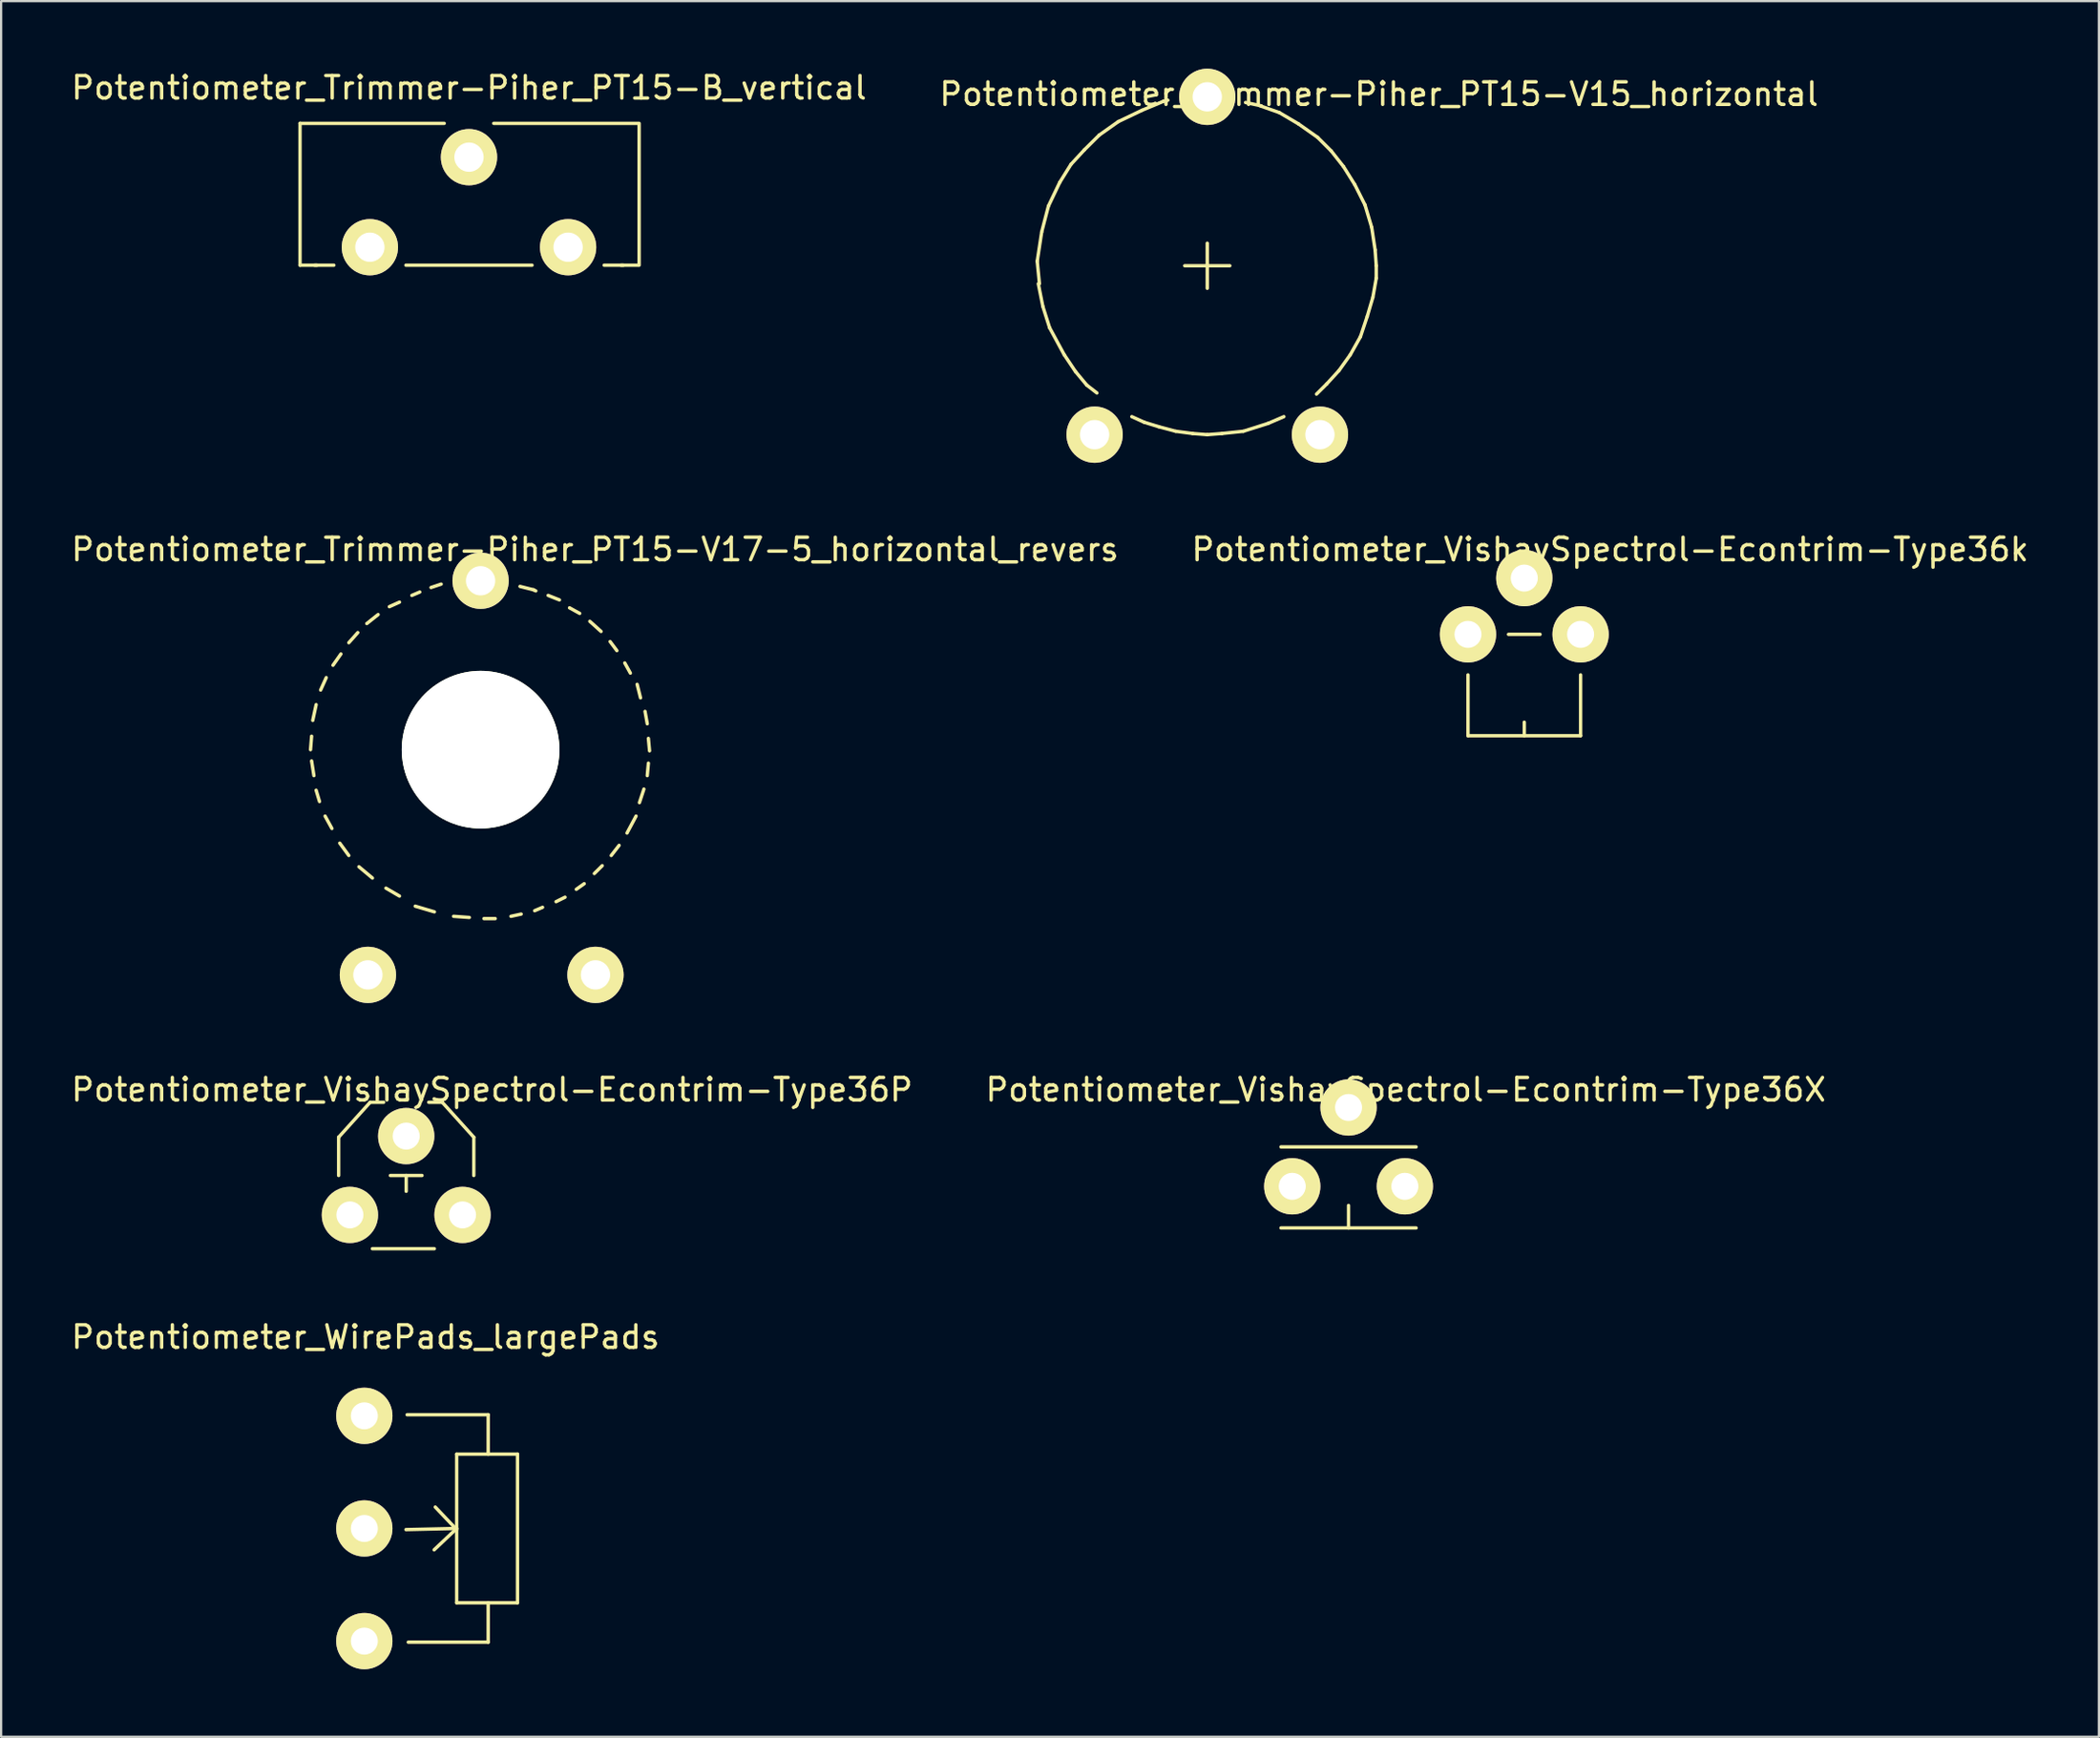
<source format=kicad_pcb>
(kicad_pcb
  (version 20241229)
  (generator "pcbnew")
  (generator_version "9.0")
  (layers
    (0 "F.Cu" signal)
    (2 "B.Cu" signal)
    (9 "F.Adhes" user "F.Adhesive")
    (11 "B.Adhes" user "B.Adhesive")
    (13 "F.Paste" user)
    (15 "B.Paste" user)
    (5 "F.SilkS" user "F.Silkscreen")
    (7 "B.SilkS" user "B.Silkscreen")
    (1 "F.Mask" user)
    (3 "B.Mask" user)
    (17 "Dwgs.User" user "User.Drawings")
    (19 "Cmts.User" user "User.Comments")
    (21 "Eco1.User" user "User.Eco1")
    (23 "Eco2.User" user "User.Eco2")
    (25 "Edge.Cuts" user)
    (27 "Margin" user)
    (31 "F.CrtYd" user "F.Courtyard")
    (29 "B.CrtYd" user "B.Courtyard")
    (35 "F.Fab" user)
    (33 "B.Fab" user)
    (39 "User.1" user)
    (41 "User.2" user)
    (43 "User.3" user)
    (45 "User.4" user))
  (footprint "Potentiometer_Trimmer-Piher_PT15-V15_horizontal"
    (layer "F.Cu")
    (at 45.539 16.251)
    (property "Reference" "Potentiometer_Trimmer-Piher_PT15-V15_horizontal" (at 12.621 -15.121 0) (layer "F.SilkS") (effects (font (size 1 1) (thickness 0.15))))
    (attr through_hole)
    (fp_line (start -2.548 -7.701) (end -2.449 -6.701) (stroke (width 0.15) (type solid)) (layer "F.SilkS"))
    (fp_line (start -2.499 -6.701) (end -2.299 -5.7) (stroke (width 0.15) (type solid)) (layer "F.SilkS"))
    (fp_line (start -2.349 -9.002) (end -2.548 -7.701) (stroke (width 0.15) (type solid)) (layer "F.SilkS"))
    (fp_line (start -2.299 -5.7) (end -1.999 -4.75) (stroke (width 0.15) (type solid)) (layer "F.SilkS"))
    (fp_line (start -2.05 -10.15) (end -2.349 -9.002) (stroke (width 0.15) (type solid)) (layer "F.SilkS"))
    (fp_line (start -1.999 -4.75) (end -1.349 -3.551) (stroke (width 0.15) (type solid)) (layer "F.SilkS"))
    (fp_line (start -1.549 -11.201) (end -2.05 -10.15) (stroke (width 0.15) (type solid)) (layer "F.SilkS"))
    (fp_line (start -1.349 -3.551) (end -0.848 -2.802) (stroke (width 0.15) (type solid)) (layer "F.SilkS"))
    (fp_line (start -1.049 -12.002) (end -1.549 -11.201) (stroke (width 0.15) (type solid)) (layer "F.SilkS"))
    (fp_line (start -0.848 -2.802) (end -0.348 -2.2) (stroke (width 0.15) (type solid)) (layer "F.SilkS"))
    (fp_line (start -0.45 -12.652) (end -1.049 -12.002) (stroke (width 0.15) (type solid)) (layer "F.SilkS"))
    (fp_line (start -0.348 -2.2) (end 0.102 -1.852) (stroke (width 0.15) (type solid)) (layer "F.SilkS"))
    (fp_line (start 0.201 -13.299) (end -0.45 -12.652) (stroke (width 0.15) (type solid)) (layer "F.SilkS"))
    (fp_line (start 1.052 -13.901) (end 0.201 -13.299) (stroke (width 0.15) (type solid)) (layer "F.SilkS"))
    (fp_line (start 1.651 -0.8) (end 2.202 -0.551) (stroke (width 0.15) (type solid)) (layer "F.SilkS"))
    (fp_line (start 2.101 -14.402) (end 1.052 -13.901) (stroke (width 0.15) (type solid)) (layer "F.SilkS"))
    (fp_line (start 2.202 -0.551) (end 2.852 -0.351) (stroke (width 0.15) (type solid)) (layer "F.SilkS"))
    (fp_line (start 2.852 -0.351) (end 3.602 -0.15) (stroke (width 0.15) (type solid)) (layer "F.SilkS"))
    (fp_line (start 3.051 -14.801) (end 2.101 -14.402) (stroke (width 0.15) (type solid)) (layer "F.SilkS"))
    (fp_line (start 3.051 -14.801) (end 3.251 -14.851) (stroke (width 0.15) (type solid)) (layer "F.SilkS"))
    (fp_line (start 3.602 -0.15) (end 4.351 -0.051) (stroke (width 0.15) (type solid)) (layer "F.SilkS"))
    (fp_line (start 4 -7.501) (end 6.002 -7.501) (stroke (width 0.15) (type solid)) (layer "F.SilkS"))
    (fp_line (start 4.351 -0.051) (end 5.001 0) (stroke (width 0.15) (type solid)) (layer "F.SilkS"))
    (fp_line (start 5.001 -8.501) (end 5.001 -6.5) (stroke (width 0.15) (type solid)) (layer "F.SilkS"))
    (fp_line (start 5.001 0) (end 5.652 -0.051) (stroke (width 0.15) (type solid)) (layer "F.SilkS"))
    (fp_line (start 5.652 -0.051) (end 6.601 -0.15) (stroke (width 0.15) (type solid)) (layer "F.SilkS"))
    (fp_line (start 6.601 -0.15) (end 7.701 -0.5) (stroke (width 0.15) (type solid)) (layer "F.SilkS"))
    (fp_line (start 7.402 -14.6) (end 6.701 -14.75) (stroke (width 0.15) (type solid)) (layer "F.SilkS"))
    (fp_line (start 7.701 -0.5) (end 8.402 -0.8) (stroke (width 0.15) (type solid)) (layer "F.SilkS"))
    (fp_line (start 8.202 -14.3) (end 7.351 -14.6) (stroke (width 0.15) (type solid)) (layer "F.SilkS"))
    (fp_line (start 9.05 -13.8) (end 8.202 -14.3) (stroke (width 0.15) (type solid)) (layer "F.SilkS"))
    (fp_line (start 9.85 -1.801) (end 10.302 -2.25) (stroke (width 0.15) (type solid)) (layer "F.SilkS"))
    (fp_line (start 9.901 -13.2) (end 9.05 -13.8) (stroke (width 0.15) (type solid)) (layer "F.SilkS"))
    (fp_line (start 10.302 -2.25) (end 10.851 -2.85) (stroke (width 0.15) (type solid)) (layer "F.SilkS"))
    (fp_line (start 10.5 -12.601) (end 9.901 -13.2) (stroke (width 0.15) (type solid)) (layer "F.SilkS"))
    (fp_line (start 10.851 -2.85) (end 11.351 -3.551) (stroke (width 0.15) (type solid)) (layer "F.SilkS"))
    (fp_line (start 11.052 -11.9) (end 10.5 -12.601) (stroke (width 0.15) (type solid)) (layer "F.SilkS"))
    (fp_line (start 11.351 -3.551) (end 11.801 -4.351) (stroke (width 0.15) (type solid)) (layer "F.SilkS"))
    (fp_line (start 11.552 -11.1) (end 11.052 -11.9) (stroke (width 0.15) (type solid)) (layer "F.SilkS"))
    (fp_line (start 11.801 -4.351) (end 12.101 -5.25) (stroke (width 0.15) (type solid)) (layer "F.SilkS"))
    (fp_line (start 12.002 -10.201) (end 11.552 -11.1) (stroke (width 0.15) (type solid)) (layer "F.SilkS"))
    (fp_line (start 12.101 -5.25) (end 12.352 -6.101) (stroke (width 0.15) (type solid)) (layer "F.SilkS"))
    (fp_line (start 12.301 -9.2) (end 12.002 -10.201) (stroke (width 0.15) (type solid)) (layer "F.SilkS"))
    (fp_line (start 12.352 -6.101) (end 12.502 -6.949) (stroke (width 0.15) (type solid)) (layer "F.SilkS"))
    (fp_line (start 12.451 -8.202) (end 12.301 -9.2) (stroke (width 0.15) (type solid)) (layer "F.SilkS"))
    (fp_line (start 12.502 -7.501) (end 12.451 -8.202) (stroke (width 0.15) (type solid)) (layer "F.SilkS"))
    (fp_line (start 12.502 -6.949) (end 12.502 -7.501) (stroke (width 0.15) (type solid)) (layer "F.SilkS"))
    (pad "1" thru_hole circle (at 0 0) (size 2.499 2.499) (drill 1.3) (layers "*.Cu" "*.Mask" "F.SilkS"))
    (pad "2" thru_hole circle (at 5.001 -15.001) (size 2.499 2.499) (drill 1.3) (layers "*.Cu" "*.Mask" "F.SilkS"))
    (pad "3" thru_hole circle (at 10.003 0) (size 2.499 2.499) (drill 1.3) (layers "*.Cu" "*.Mask" "F.SilkS")))
  (footprint "Potentiometer_VishaySpectrol-Econtrim-Type36k"
    (layer "F.Cu")
    (at 62.113 25.118)
    (property "Reference" "Potentiometer_VishaySpectrol-Econtrim-Type36k" (at 6.309 -3.769 0) (layer "F.SilkS") (effects (font (size 1 1) (thickness 0.15))))
    (attr through_hole)
    (fp_line (start 0 1.801) (end 0 4.501) (stroke (width 0.15) (type solid)) (layer "F.SilkS"))
    (fp_line (start 0 4.501) (end 4.999 4.501) (stroke (width 0.15) (type solid)) (layer "F.SilkS"))
    (fp_line (start 1.798 0) (end 3.2 0) (stroke (width 0.15) (type solid)) (layer "F.SilkS"))
    (fp_line (start 2.499 4.501) (end 2.499 3.901) (stroke (width 0.15) (type solid)) (layer "F.SilkS"))
    (fp_line (start 4.999 4.501) (end 4.999 1.801) (stroke (width 0.15) (type solid)) (layer "F.SilkS"))
    (pad "1" thru_hole circle (at 0 0) (size 2.499 2.499) (drill 1.199) (layers "*.Cu" "*.Mask" "F.SilkS"))
    (pad "2" thru_hole circle (at 2.499 -2.499) (size 2.499 2.499) (drill 1.199) (layers "*.Cu" "*.Mask" "F.SilkS"))
    (pad "3" thru_hole circle (at 4.999 0) (size 2.499 2.499) (drill 1.199) (layers "*.Cu" "*.Mask" "F.SilkS")))
  (footprint "Potentiometer_VishaySpectrol-Econtrim-Type36X"
    (layer "F.Cu")
    (at 54.312 49.627)
    (property "Reference" "Potentiometer_VishaySpectrol-Econtrim-Type36X" (at 5.039 -4.29 0) (layer "F.SilkS") (effects (font (size 1 1) (thickness 0.15))))
    (attr through_hole)
    (fp_line (start -0.5 -1.75) (end 5.499 -1.75) (stroke (width 0.15) (type solid)) (layer "F.SilkS"))
    (fp_line (start 2.499 0.851) (end 2.499 1.849) (stroke (width 0.15) (type solid)) (layer "F.SilkS"))
    (fp_line (start 5.499 1.849) (end -0.5 1.849) (stroke (width 0.15) (type solid)) (layer "F.SilkS"))
    (pad "1" thru_hole circle (at 0 0) (size 2.499 2.499) (drill 1.199) (layers "*.Cu" "*.Mask" "F.SilkS"))
    (pad "2" thru_hole circle (at 2.499 -3.5) (size 2.499 2.499) (drill 1.199) (layers "*.Cu" "*.Mask" "F.SilkS"))
    (pad "3" thru_hole circle (at 4.999 0) (size 2.499 2.499) (drill 1.199) (layers "*.Cu" "*.Mask" "F.SilkS")))
  (footprint "Potentiometer_Trimmer-Piher_PT15-B_vertical"
    (layer "F.Cu")
    (at 13.369 7.927)
    (property "Reference" "Potentiometer_Trimmer-Piher_PT15-B_vertical" (at 4.399 -7.079 0) (layer "F.SilkS") (effects (font (size 1 1) (thickness 0.15))))
    (attr through_hole)
    (fp_line (start -3.101 -5.499) (end -3.101 0.8) (stroke (width 0.15) (type solid)) (layer "F.SilkS"))
    (fp_line (start -3.101 0.8) (end -2.349 0.8) (stroke (width 0.15) (type solid)) (layer "F.SilkS"))
    (fp_line (start -2.451 0.8) (end -1.6 0.8) (stroke (width 0.15) (type solid)) (layer "F.SilkS"))
    (fp_line (start 3.299 -5.499) (end -3.101 -5.499) (stroke (width 0.15) (type solid)) (layer "F.SilkS"))
    (fp_line (start 7.198 0.8) (end 1.6 0.8) (stroke (width 0.15) (type solid)) (layer "F.SilkS"))
    (fp_line (start 11.148 0.8) (end 11.9 0.8) (stroke (width 0.15) (type solid)) (layer "F.SilkS"))
    (fp_line (start 11.25 0.8) (end 10.399 0.8) (stroke (width 0.15) (type solid)) (layer "F.SilkS"))
    (fp_line (start 11.9 -5.499) (end 5.499 -5.499) (stroke (width 0.15) (type solid)) (layer "F.SilkS"))
    (fp_line (start 11.951 0.8) (end 11.951 -5.499) (stroke (width 0.15) (type solid)) (layer "F.SilkS"))
    (pad "1" thru_hole circle (at 0 0) (size 2.499 2.499) (drill 1.3) (layers "*.Cu" "*.Mask" "F.SilkS"))
    (pad "2" thru_hole circle (at 4.399 -3.998) (size 2.499 2.499) (drill 1.3) (layers "*.Cu" "*.Mask" "F.SilkS"))
    (pad "3" thru_hole circle (at 8.799 0) (size 2.499 2.499) (drill 1.3) (layers "*.Cu" "*.Mask" "F.SilkS")))
  (footprint "Potentiometer_Trimmer-Piher_PT15-V17-5_horizontal_revers"
    (layer "F.Cu")
    (at 23.383 40.239)
    (property "Reference" "Potentiometer_Trimmer-Piher_PT15-V17-5_horizontal_revers" (at -0.02 -18.89 0) (layer "F.SilkS") (effects (font (size 1 1) (thickness 0.15))))
    (attr through_hole)
    (fp_line (start -12.649 -10) (end -12.601 -10.599) (stroke (width 0.15) (type solid)) (layer "F.SilkS"))
    (fp_line (start -12.55 -11.3) (end -12.4 -11.999) (stroke (width 0.15) (type solid)) (layer "F.SilkS"))
    (fp_line (start -12.499 -8.849) (end -12.601 -9.5) (stroke (width 0.15) (type solid)) (layer "F.SilkS"))
    (fp_line (start -12.25 -7.699) (end -12.4 -8.199) (stroke (width 0.15) (type solid)) (layer "F.SilkS"))
    (fp_line (start -12.2 -12.649) (end -11.951 -13.2) (stroke (width 0.15) (type solid)) (layer "F.SilkS"))
    (fp_line (start -11.699 -6.5) (end -12.002 -7.051) (stroke (width 0.15) (type solid)) (layer "F.SilkS"))
    (fp_line (start -11.651 -13.749) (end -11.3 -14.249) (stroke (width 0.15) (type solid)) (layer "F.SilkS"))
    (fp_line (start -10.95 -14.75) (end -10.551 -15.199) (stroke (width 0.15) (type solid)) (layer "F.SilkS"))
    (fp_line (start -10.95 -5.301) (end -11.351 -5.85) (stroke (width 0.15) (type solid)) (layer "F.SilkS"))
    (fp_line (start -10.15 -15.601) (end -9.649 -15.999) (stroke (width 0.15) (type solid)) (layer "F.SilkS"))
    (fp_line (start -9.901 -4.3) (end -10.5 -4.801) (stroke (width 0.15) (type solid)) (layer "F.SilkS"))
    (fp_line (start -9.149 -16.35) (end -8.7 -16.551) (stroke (width 0.15) (type solid)) (layer "F.SilkS"))
    (fp_line (start -8.7 -3.5) (end -9.301 -3.851) (stroke (width 0.15) (type solid)) (layer "F.SilkS"))
    (fp_line (start -8.151 -16.85) (end -7.8 -17) (stroke (width 0.15) (type solid)) (layer "F.SilkS"))
    (fp_line (start -7.3 -17.201) (end -6.85 -17.351) (stroke (width 0.15) (type solid)) (layer "F.SilkS"))
    (fp_line (start -7.15 -2.799) (end -8.001 -3.051) (stroke (width 0.15) (type solid)) (layer "F.SilkS"))
    (fp_line (start -6.101 -10) (end -5.85 -10) (stroke (width 0.15) (type solid)) (layer "F.SilkS"))
    (fp_line (start -5.601 -2.55) (end -6.299 -2.601) (stroke (width 0.15) (type solid)) (layer "F.SilkS"))
    (fp_line (start -5.4 -10) (end -4.801 -10) (stroke (width 0.15) (type solid)) (layer "F.SilkS"))
    (fp_line (start -5.151 -11.001) (end -5.1 -10.599) (stroke (width 0.15) (type solid)) (layer "F.SilkS"))
    (fp_line (start -5.1 -9.55) (end -5.1 -8.999) (stroke (width 0.15) (type solid)) (layer "F.SilkS"))
    (fp_line (start -4.45 -2.499) (end -4.95 -2.499) (stroke (width 0.15) (type solid)) (layer "F.SilkS"))
    (fp_line (start -4.399 -10) (end -4.1 -10) (stroke (width 0.15) (type solid)) (layer "F.SilkS"))
    (fp_line (start -3.35 -17.249) (end -2.751 -17.099) (stroke (width 0.15) (type solid)) (layer "F.SilkS"))
    (fp_line (start -3.299 -2.7) (end -3.752 -2.601) (stroke (width 0.15) (type solid)) (layer "F.SilkS"))
    (fp_line (start -2.751 -17.099) (end -2.649 -17.051) (stroke (width 0.15) (type solid)) (layer "F.SilkS"))
    (fp_line (start -2.349 -3) (end -2.7 -2.85) (stroke (width 0.15) (type solid)) (layer "F.SilkS"))
    (fp_line (start -2.101 -16.85) (end -1.6 -16.65) (stroke (width 0.15) (type solid)) (layer "F.SilkS"))
    (fp_line (start -1.351 -3.449) (end -1.75 -3.251) (stroke (width 0.15) (type solid)) (layer "F.SilkS"))
    (fp_line (start -1.151 -16.299) (end -0.701 -16.05) (stroke (width 0.15) (type solid)) (layer "F.SilkS"))
    (fp_line (start -0.5 -4.049) (end -0.851 -3.8) (stroke (width 0.15) (type solid)) (layer "F.SilkS"))
    (fp_line (start -0.251 -15.7) (end 0.249 -15.25) (stroke (width 0.15) (type solid)) (layer "F.SilkS"))
    (fp_line (start 0.3 -4.849) (end -0.051 -4.501) (stroke (width 0.15) (type solid)) (layer "F.SilkS"))
    (fp_line (start 0.65 -14.801) (end 0.95 -14.399) (stroke (width 0.15) (type solid)) (layer "F.SilkS"))
    (fp_line (start 1.049 -5.751) (end 0.699 -5.301) (stroke (width 0.15) (type solid)) (layer "F.SilkS"))
    (fp_line (start 1.3 -13.851) (end 1.549 -13.401) (stroke (width 0.15) (type solid)) (layer "F.SilkS"))
    (fp_line (start 1.801 -7.051) (end 1.4 -6.299) (stroke (width 0.15) (type solid)) (layer "F.SilkS"))
    (fp_line (start 1.849 -12.901) (end 1.999 -12.301) (stroke (width 0.15) (type solid)) (layer "F.SilkS"))
    (fp_line (start 2.149 -8.25) (end 1.951 -7.65) (stroke (width 0.15) (type solid)) (layer "F.SilkS"))
    (fp_line (start 2.2 -11.699) (end 2.299 -11.151) (stroke (width 0.15) (type solid)) (layer "F.SilkS"))
    (fp_line (start 2.349 -10.5) (end 2.4 -9.949) (stroke (width 0.15) (type solid)) (layer "F.SilkS"))
    (fp_line (start 2.349 -9.401) (end 2.299 -8.849) (stroke (width 0.15) (type solid)) (layer "F.SilkS"))
    (pad "" np_thru_hole circle (at -5.1 -10) (size 7 7) (drill 7) (layers "*.Cu" "*.Mask" "F.SilkS"))
    (pad "1" thru_hole circle (at 0 0) (size 2.499 2.499) (drill 1.3) (layers "*.Cu" "*.Mask" "F.SilkS"))
    (pad "2" thru_hole circle (at -5.1 -17.501) (size 2.499 2.499) (drill 1.3) (layers "*.Cu" "*.Mask" "F.SilkS"))
    (pad "3" thru_hole circle (at -10.102 0) (size 2.499 2.499) (drill 1.3) (layers "*.Cu" "*.Mask" "F.SilkS")))
  (footprint "Potentiometer_WirePads_largePads"
    (layer "F.Cu")
    (at 13.122 59.819)
    (property "Reference" "Potentiometer_WirePads_largePads" (at 0.051 -3.498 0) (layer "F.SilkS") (effects (font (size 1 1) (thickness 0.15))))
    (attr through_hole)
    (fp_line (start 4.1 1.702) (end 6.8 1.702) (stroke (width 0.15) (type solid)) (layer "F.SilkS"))
    (fp_line (start 4.1 5.001) (end 1.849 5.052) (stroke (width 0.15) (type solid)) (layer "F.SilkS"))
    (fp_line (start 4.1 5.001) (end 3.099 5.951) (stroke (width 0.15) (type solid)) (layer "F.SilkS"))
    (fp_line (start 4.1 5.052) (end 3.15 4.051) (stroke (width 0.15) (type solid)) (layer "F.SilkS"))
    (fp_line (start 4.1 8.301) (end 4.1 1.702) (stroke (width 0.15) (type solid)) (layer "F.SilkS"))
    (fp_line (start 5.499 -0.048) (end 1.9 -0.048) (stroke (width 0.15) (type solid)) (layer "F.SilkS"))
    (fp_line (start 5.499 1.702) (end 5.499 -0.048) (stroke (width 0.15) (type solid)) (layer "F.SilkS"))
    (fp_line (start 5.499 8.301) (end 5.499 10.051) (stroke (width 0.15) (type solid)) (layer "F.SilkS"))
    (fp_line (start 5.499 10.051) (end 1.951 10.051) (stroke (width 0.15) (type solid)) (layer "F.SilkS"))
    (fp_line (start 6.8 1.702) (end 6.8 8.301) (stroke (width 0.15) (type solid)) (layer "F.SilkS"))
    (fp_line (start 6.8 8.301) (end 4.1 8.301) (stroke (width 0.15) (type solid)) (layer "F.SilkS"))
    (pad "1" thru_hole circle (at 0 0) (size 2.499 2.499) (drill 1.199) (layers "*.Cu" "*.Mask" "F.SilkS"))
    (pad "2" thru_hole circle (at 0 5.001) (size 2.499 2.499) (drill 1.199) (layers "*.Cu" "*.Mask" "F.SilkS"))
    (pad "3" thru_hole circle (at 0 10.003) (size 2.499 2.499) (drill 1.199) (layers "*.Cu" "*.Mask" "F.SilkS")))
  (footprint "Potentiometer_VishaySpectrol-Econtrim-Type36P"
    (layer "F.Cu")
    (at 12.482 50.897)
    (property "Reference" "Potentiometer_VishaySpectrol-Econtrim-Type36P" (at 6.309 -5.56 0) (layer "F.SilkS") (effects (font (size 1 1) (thickness 0.15))))
    (attr through_hole)
    (fp_line (start -0.5 -3.449) (end -0.5 -1.75) (stroke (width 0.15) (type solid)) (layer "F.SilkS"))
    (fp_line (start 0.899 -5.001) (end -0.5 -3.449) (stroke (width 0.15) (type solid)) (layer "F.SilkS"))
    (fp_line (start 0.899 -5.001) (end 1.499 -5.001) (stroke (width 0.15) (type solid)) (layer "F.SilkS"))
    (fp_line (start 0.998 1.501) (end 3.749 1.501) (stroke (width 0.15) (type solid)) (layer "F.SilkS"))
    (fp_line (start 1.798 -1.75) (end 3.2 -1.75) (stroke (width 0.15) (type solid)) (layer "F.SilkS"))
    (fp_line (start 2.499 -1.75) (end 2.499 -1.049) (stroke (width 0.15) (type solid)) (layer "F.SilkS"))
    (fp_line (start 4.1 -5.001) (end 3.5 -5.001) (stroke (width 0.15) (type solid)) (layer "F.SilkS"))
    (fp_line (start 4.1 -5.001) (end 5.499 -3.449) (stroke (width 0.15) (type solid)) (layer "F.SilkS"))
    (fp_line (start 5.499 -3.449) (end 5.499 -1.75) (stroke (width 0.15) (type solid)) (layer "F.SilkS"))
    (pad "1" thru_hole circle (at 0 0) (size 2.499 2.499) (drill 1.199) (layers "*.Cu" "*.Mask" "F.SilkS"))
    (pad "2" thru_hole circle (at 2.499 -3.5) (size 2.499 2.499) (drill 1.199) (layers "*.Cu" "*.Mask" "F.SilkS"))
    (pad "3" thru_hole circle (at 4.999 0) (size 2.499 2.499) (drill 1.199) (layers "*.Cu" "*.Mask" "F.SilkS")))
  (gr_rect
    (start -3 -3)
    (end 90.119 74.071)
    (stroke (width 0.1) (type default))
    (fill no)
    (layer "Edge.Cuts")))
</source>
